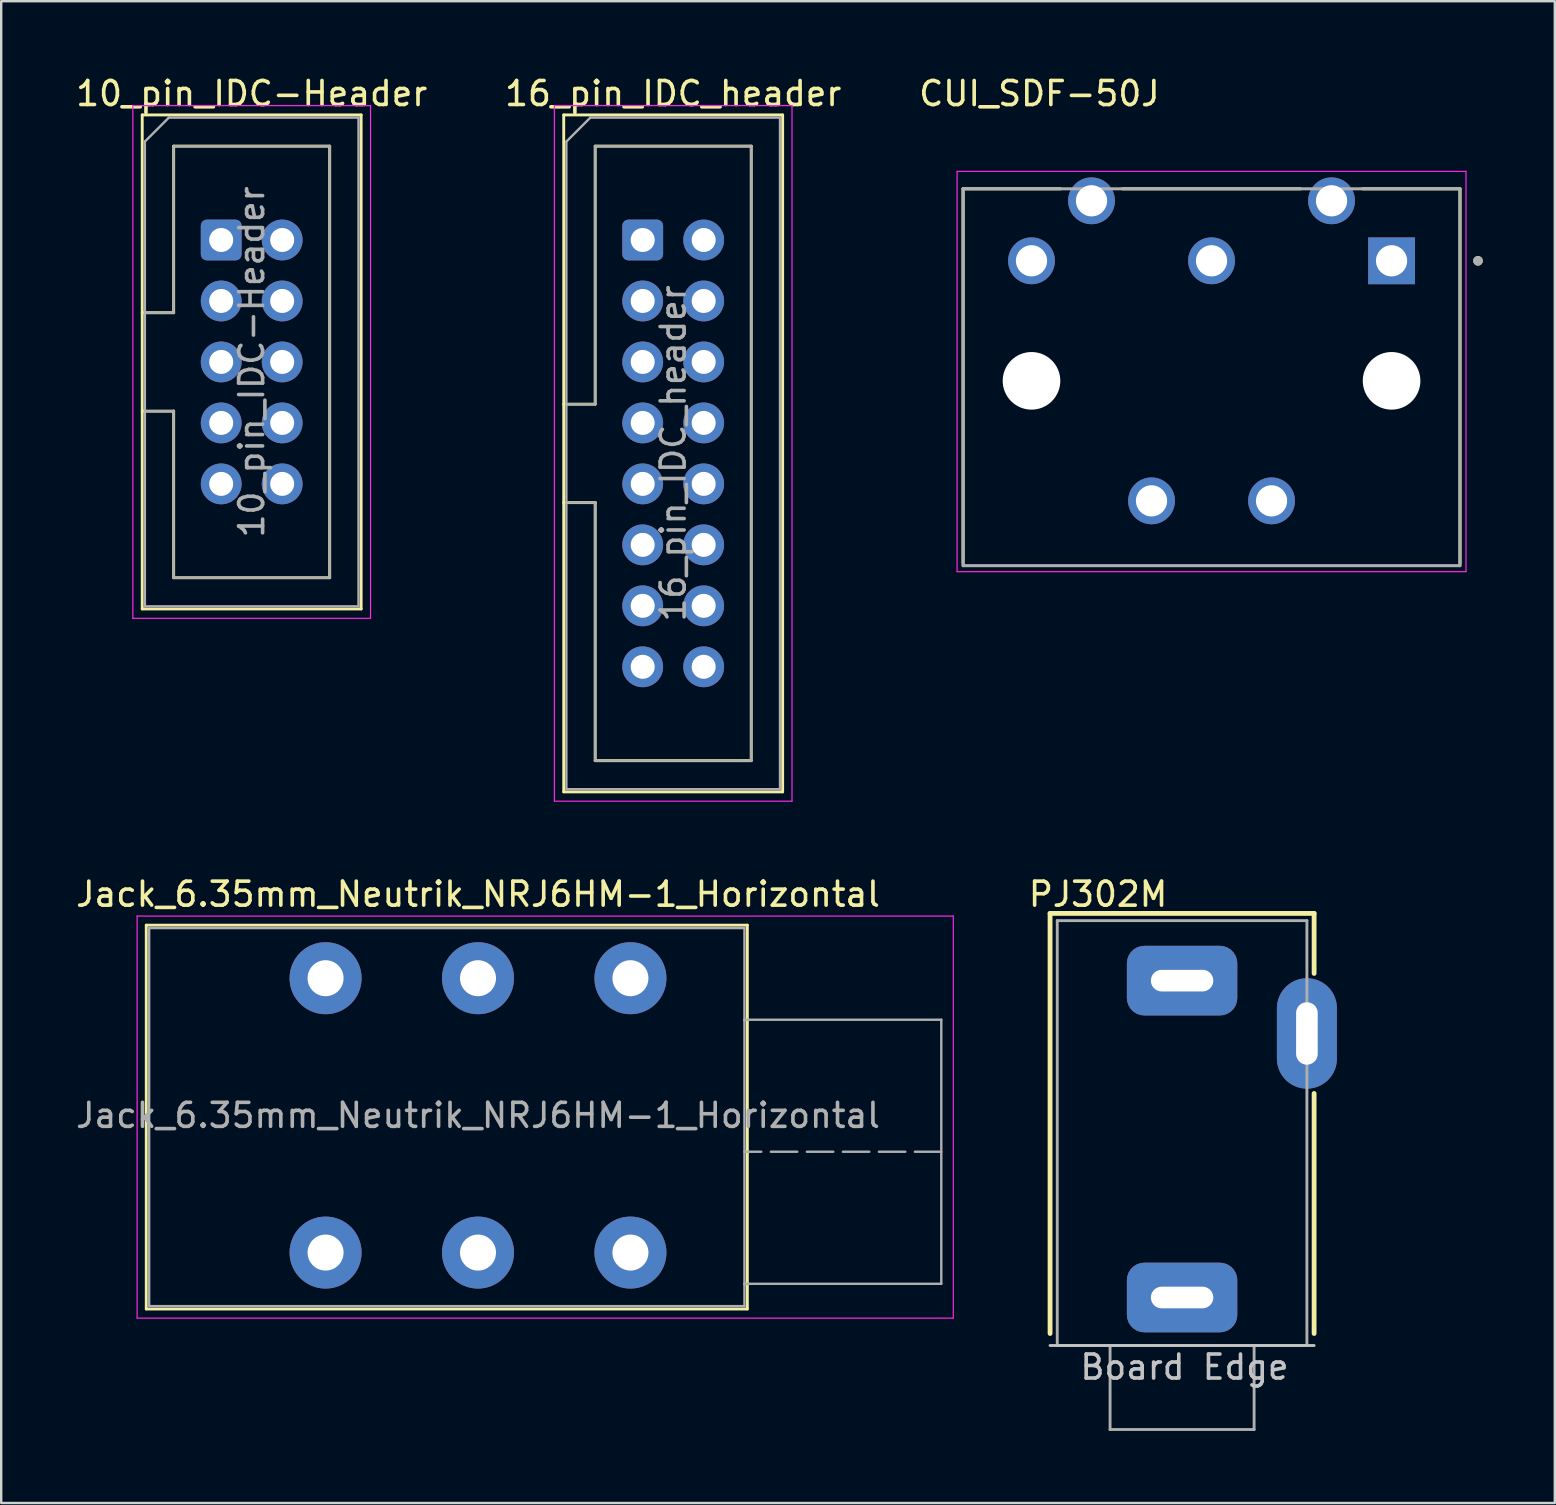
<source format=kicad_pcb>
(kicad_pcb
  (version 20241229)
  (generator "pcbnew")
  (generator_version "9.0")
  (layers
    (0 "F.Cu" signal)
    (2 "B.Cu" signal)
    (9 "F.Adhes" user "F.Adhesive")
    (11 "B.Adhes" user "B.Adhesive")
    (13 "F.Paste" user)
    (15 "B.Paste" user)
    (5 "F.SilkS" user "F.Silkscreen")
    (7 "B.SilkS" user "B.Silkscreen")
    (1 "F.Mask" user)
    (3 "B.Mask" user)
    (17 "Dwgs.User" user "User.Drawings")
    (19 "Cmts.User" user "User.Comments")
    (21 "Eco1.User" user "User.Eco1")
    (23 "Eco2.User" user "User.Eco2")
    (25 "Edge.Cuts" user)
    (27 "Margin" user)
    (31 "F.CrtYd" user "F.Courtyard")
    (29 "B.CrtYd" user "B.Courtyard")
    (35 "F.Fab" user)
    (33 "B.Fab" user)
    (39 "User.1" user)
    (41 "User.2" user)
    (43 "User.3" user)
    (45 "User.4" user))
  (footprint "16_pin_IDC_header"
    (layer "F.Cu")
    (at 23.724 6.948)
    (property "Reference" "16_pin_IDC_header" (at 1.27 -6.1 0) (layer "F.SilkS") (effects (font (size 1 1) (thickness 0.15))))
    (attr through_hole)
    (fp_line (start -3.29 -5.21) (end 5.83 -5.21) (stroke (width 0.12) (type solid)) (layer "F.SilkS"))
    (fp_line (start -3.29 6.84) (end -1.98 6.84) (stroke (width 0.12) (type solid)) (layer "F.SilkS"))
    (fp_line (start -3.29 22.99) (end -3.29 -5.21) (stroke (width 0.12) (type solid)) (layer "F.SilkS"))
    (fp_line (start -1.98 -3.91) (end 4.52 -3.91) (stroke (width 0.12) (type solid)) (layer "F.SilkS"))
    (fp_line (start -1.98 6.84) (end -1.98 -3.91) (stroke (width 0.12) (type solid)) (layer "F.SilkS"))
    (fp_line (start -1.98 10.94) (end -3.29 10.94) (stroke (width 0.12) (type solid)) (layer "F.SilkS"))
    (fp_line (start -1.98 10.94) (end -1.98 10.94) (stroke (width 0.12) (type solid)) (layer "F.SilkS"))
    (fp_line (start -1.98 21.69) (end -1.98 10.94) (stroke (width 0.12) (type solid)) (layer "F.SilkS"))
    (fp_line (start 4.52 -3.91) (end 4.52 21.69) (stroke (width 0.12) (type solid)) (layer "F.SilkS"))
    (fp_line (start 4.52 21.69) (end -1.98 21.69) (stroke (width 0.12) (type solid)) (layer "F.SilkS"))
    (fp_line (start 5.83 -5.21) (end 5.83 22.99) (stroke (width 0.12) (type solid)) (layer "F.SilkS"))
    (fp_line (start 5.83 22.99) (end -3.29 22.99) (stroke (width 0.12) (type solid)) (layer "F.SilkS"))
    (fp_line (start -3.68 -5.6) (end -3.68 23.38) (stroke (width 0.05) (type solid)) (layer "F.CrtYd"))
    (fp_line (start -3.68 23.38) (end 6.22 23.38) (stroke (width 0.05) (type solid)) (layer "F.CrtYd"))
    (fp_line (start 6.22 -5.6) (end -3.68 -5.6) (stroke (width 0.05) (type solid)) (layer "F.CrtYd"))
    (fp_line (start 6.22 23.38) (end 6.22 -5.6) (stroke (width 0.05) (type solid)) (layer "F.CrtYd"))
    (fp_line (start -3.18 -4.1) (end -2.18 -5.1) (stroke (width 0.1) (type solid)) (layer "F.Fab"))
    (fp_line (start -3.18 6.84) (end -1.98 6.84) (stroke (width 0.1) (type solid)) (layer "F.Fab"))
    (fp_line (start -3.18 22.88) (end -3.18 -4.1) (stroke (width 0.1) (type solid)) (layer "F.Fab"))
    (fp_line (start -2.18 -5.1) (end 5.72 -5.1) (stroke (width 0.1) (type solid)) (layer "F.Fab"))
    (fp_line (start -1.98 -3.91) (end 4.52 -3.91) (stroke (width 0.1) (type solid)) (layer "F.Fab"))
    (fp_line (start -1.98 6.84) (end -1.98 -3.91) (stroke (width 0.1) (type solid)) (layer "F.Fab"))
    (fp_line (start -1.98 10.94) (end -3.18 10.94) (stroke (width 0.1) (type solid)) (layer "F.Fab"))
    (fp_line (start -1.98 10.94) (end -1.98 10.94) (stroke (width 0.1) (type solid)) (layer "F.Fab"))
    (fp_line (start -1.98 21.69) (end -1.98 10.94) (stroke (width 0.1) (type solid)) (layer "F.Fab"))
    (fp_line (start 4.52 -3.91) (end 4.52 21.69) (stroke (width 0.1) (type solid)) (layer "F.Fab"))
    (fp_line (start 4.52 21.69) (end -1.98 21.69) (stroke (width 0.1) (type solid)) (layer "F.Fab"))
    (fp_line (start 5.72 -5.1) (end 5.72 22.88) (stroke (width 0.1) (type solid)) (layer "F.Fab"))
    (fp_line (start 5.72 22.88) (end -3.18 22.88) (stroke (width 0.1) (type solid)) (layer "F.Fab"))
    (fp_text user "${REFERENCE}" (at 1.27 8.89 90) (layer "F.Fab") (effects (font (size 1 1) (thickness 0.15))))
    (pad "1" thru_hole roundrect (at 0 0) (size 1.7 1.7) (drill 1) (layers "*.Cu" "*.Mask") (roundrect_rratio 0.147))
    (pad "2" thru_hole circle (at 2.54 0) (size 1.7 1.7) (drill 1) (layers "*.Cu" "*.Mask"))
    (pad "3" thru_hole circle (at 0 2.54) (size 1.7 1.7) (drill 1) (layers "*.Cu" "*.Mask"))
    (pad "4" thru_hole circle (at 2.54 2.54) (size 1.7 1.7) (drill 1) (layers "*.Cu" "*.Mask"))
    (pad "5" thru_hole circle (at 0 5.08) (size 1.7 1.7) (drill 1) (layers "*.Cu" "*.Mask"))
    (pad "6" thru_hole circle (at 2.54 5.08) (size 1.7 1.7) (drill 1) (layers "*.Cu" "*.Mask"))
    (pad "7" thru_hole circle (at 0 7.62) (size 1.7 1.7) (drill 1) (layers "*.Cu" "*.Mask"))
    (pad "8" thru_hole circle (at 2.54 7.62) (size 1.7 1.7) (drill 1) (layers "*.Cu" "*.Mask"))
    (pad "9" thru_hole circle (at 0 10.16) (size 1.7 1.7) (drill 1) (layers "*.Cu" "*.Mask"))
    (pad "10" thru_hole circle (at 2.54 10.16) (size 1.7 1.7) (drill 1) (layers "*.Cu" "*.Mask"))
    (pad "11" thru_hole circle (at 0 12.7) (size 1.7 1.7) (drill 1) (layers "*.Cu" "*.Mask"))
    (pad "12" thru_hole circle (at 2.54 12.7) (size 1.7 1.7) (drill 1) (layers "*.Cu" "*.Mask"))
    (pad "13" thru_hole circle (at 0 15.24) (size 1.7 1.7) (drill 1) (layers "*.Cu" "*.Mask"))
    (pad "14" thru_hole circle (at 2.54 15.24) (size 1.7 1.7) (drill 1) (layers "*.Cu" "*.Mask"))
    (pad "15" thru_hole circle (at 0 17.78) (size 1.7 1.7) (drill 1) (layers "*.Cu" "*.Mask"))
    (pad "16" thru_hole circle (at 2.54 17.78) (size 1.7 1.7) (drill 1) (layers "*.Cu" "*.Mask")))
  (footprint "CUI_SDF-50J"
    (layer "F.Cu")
    (at 47.421 12.815)
    (property "Reference" "CUI_SDF-50J" (at -7.171 -11.966 0) (layer "F.SilkS") (effects (font (size 1.001 1.001) (thickness 0.15))))
    (attr through_hole)
    (fp_line (start -10.35 -8) (end -6.295 -8) (stroke (width 0.127) (type solid)) (layer "F.SilkS"))
    (fp_line (start -10.35 7.62) (end -10.35 -8) (stroke (width 0.127) (type solid)) (layer "F.SilkS"))
    (fp_line (start -3.705 -8) (end 3.705 -8) (stroke (width 0.127) (type solid)) (layer "F.SilkS"))
    (fp_line (start 6.295 -8) (end 10.35 -8) (stroke (width 0.127) (type solid)) (layer "F.SilkS"))
    (fp_line (start 10.35 -8) (end 10.35 7.62) (stroke (width 0.127) (type solid)) (layer "F.SilkS"))
    (fp_circle (center 11.1 -5) (end 11.2 -5) (stroke (width 0.2) (type solid)) (fill no) (layer "F.SilkS"))
    (fp_line (start -10.6 -8.725) (end -10.6 7.95) (stroke (width 0.05) (type solid)) (layer "F.CrtYd"))
    (fp_line (start -10.6 7.95) (end 10.6 7.95) (stroke (width 0.05) (type solid)) (layer "F.CrtYd"))
    (fp_line (start 10.6 -8.725) (end -10.6 -8.725) (stroke (width 0.05) (type solid)) (layer "F.CrtYd"))
    (fp_line (start 10.6 7.95) (end 10.6 -8.725) (stroke (width 0.05) (type solid)) (layer "F.CrtYd"))
    (fp_line (start -10.35 -8) (end 10.35 -8) (stroke (width 0.127) (type solid)) (layer "F.Fab"))
    (fp_line (start -10.35 7.7) (end -10.35 -8) (stroke (width 0.127) (type solid)) (layer "F.Fab"))
    (fp_line (start 10.35 -8) (end 10.35 7.7) (stroke (width 0.127) (type solid)) (layer "F.Fab"))
    (fp_line (start 10.35 7.7) (end -10.35 7.7) (stroke (width 0.127) (type solid)) (layer "F.Fab"))
    (fp_circle (center 11.1 -5) (end 11.2 -5) (stroke (width 0.2) (type solid)) (fill no) (layer "F.Fab"))
    (pad "" np_thru_hole circle (at -7.5 0) (size 2.4 2.4) (drill 2.4) (layers "*.Cu" "*.Mask"))
    (pad "" np_thru_hole circle (at 7.5 0) (size 2.4 2.4) (drill 2.4) (layers "*.Cu" "*.Mask"))
    (pad "1" thru_hole rect (at 7.5 -5) (size 1.95 1.95) (drill 1.3) (layers "*.Cu" "*.Mask"))
    (pad "2" thru_hole circle (at 0 -5) (size 1.95 1.95) (drill 1.3) (layers "*.Cu" "*.Mask"))
    (pad "3" thru_hole circle (at -7.5 -5) (size 1.95 1.95) (drill 1.3) (layers "*.Cu" "*.Mask"))
    (pad "4" thru_hole circle (at 5 -7.5) (size 1.95 1.95) (drill 1.3) (layers "*.Cu" "*.Mask"))
    (pad "5" thru_hole circle (at -5 -7.5) (size 1.95 1.95) (drill 1.3) (layers "*.Cu" "*.Mask"))
    (pad "S1" thru_hole circle (at 2.5 5) (size 1.95 1.95) (drill 1.3) (layers "*.Cu" "*.Mask"))
    (pad "S2" thru_hole circle (at -2.5 5) (size 1.95 1.95) (drill 1.3) (layers "*.Cu" "*.Mask")))
  (footprint "PJ302M"
    (layer "F.Cu")
    (at 46.194 53.002)
    (property "Reference" "PJ302M" (at -3.5 -18.8 0) (layer "F.SilkS") (effects (font (size 1 1) (thickness 0.15))))
    (attr through_hole)
    (fp_line (start -5.5 -18) (end -5.5 -0.5) (stroke (width 0.2) (type solid)) (layer "F.SilkS"))
    (fp_line (start 5.5 -18) (end -5.5 -18) (stroke (width 0.2) (type solid)) (layer "F.SilkS"))
    (fp_line (start 5.5 -15.5) (end 5.5 -18) (stroke (width 0.2) (type solid)) (layer "F.SilkS"))
    (fp_line (start 5.5 -0.5) (end 5.5 -10.5) (stroke (width 0.2) (type solid)) (layer "F.SilkS"))
    (fp_line (start -5.5 0) (end 5.5 0) (stroke (width 0.12) (type solid)) (layer "Dwgs.User"))
    (fp_line (start -5.2 -17.7) (end -5.2 0) (stroke (width 0.12) (type solid)) (layer "F.Fab"))
    (fp_line (start -5.2 0) (end 5.2 0) (stroke (width 0.12) (type solid)) (layer "F.Fab"))
    (fp_line (start -3 0) (end -3 3.5) (stroke (width 0.12) (type solid)) (layer "F.Fab"))
    (fp_line (start -3 3.5) (end 3 3.5) (stroke (width 0.12) (type solid)) (layer "F.Fab"))
    (fp_line (start 3 3.5) (end 3 0) (stroke (width 0.12) (type solid)) (layer "F.Fab"))
    (fp_line (start 5.2 -17.7) (end -5.2 -17.7) (stroke (width 0.12) (type solid)) (layer "F.Fab"))
    (fp_line (start 5.2 0) (end 5.2 -17.7) (stroke (width 0.12) (type solid)) (layer "F.Fab"))
    (fp_text user "Board Edge" (at 0.1 0.9 0) (layer "Dwgs.User") (effects (font (size 1 1) (thickness 0.15))))
    (pad "S" thru_hole roundrect (at 0 -2) (size 4.6 2.9) (drill oval 2.6 0.9) (layers "*.Cu" "*.Mask") (roundrect_rratio 0.25))
    (pad "T" thru_hole roundrect (at 0 -15.2) (size 4.6 2.9) (drill oval 2.6 0.9) (layers "*.Cu" "*.Mask") (roundrect_rratio 0.25))
    (pad "TN" thru_hole oval (at 5.2 -13 90) (size 4.6 2.5) (drill oval 2.6 0.9) (layers "*.Cu" "*.Mask")))
  (footprint "Jack_6.35mm_Neutrik_NRJ6HM-1_Horizontal"
    (layer "F.Cu")
    (at 27.963 44.931)
    (property "Reference" "Jack_6.35mm_Neutrik_NRJ6HM-1_Horizontal" (at -11.1 -10.73 0) (layer "F.SilkS") (effects (font (size 1 1) (thickness 0.15))))
    (attr through_hole)
    (fp_line (start -24.92 -9.44) (end 0.12 -9.44) (stroke (width 0.12) (type solid)) (layer "F.SilkS"))
    (fp_line (start -24.92 6.55) (end -24.92 -9.44) (stroke (width 0.12) (type solid)) (layer "F.SilkS"))
    (fp_line (start -24.92 6.55) (end 0.12 6.55) (stroke (width 0.12) (type solid)) (layer "F.SilkS"))
    (fp_line (start 0.12 -9.44) (end 0.12 6.55) (stroke (width 0.12) (type solid)) (layer "F.SilkS"))
    (fp_line (start -25.3 6.93) (end -25.3 -9.82) (stroke (width 0.05) (type solid)) (layer "F.CrtYd"))
    (fp_line (start -25.3 6.93) (end 8.7 6.93) (stroke (width 0.05) (type solid)) (layer "F.CrtYd"))
    (fp_line (start 8.7 -9.82) (end -25.3 -9.82) (stroke (width 0.05) (type solid)) (layer "F.CrtYd"))
    (fp_line (start 8.7 6.93) (end 8.7 -9.82) (stroke (width 0.05) (type solid)) (layer "F.CrtYd"))
    (fp_line (start -24.8 -9.32) (end 0 -9.32) (stroke (width 0.1) (type solid)) (layer "F.Fab"))
    (fp_line (start -24.8 6.43) (end -24.8 -9.32) (stroke (width 0.1) (type solid)) (layer "F.Fab"))
    (fp_line (start 0 -5.5) (end 0 -9.32) (stroke (width 0.1) (type default)) (layer "F.Fab"))
    (fp_line (start 0 -5.5) (end 0 5.5) (stroke (width 0.1) (type default)) (layer "F.Fab"))
    (fp_line (start 0 5.5) (end 0 6.43) (stroke (width 0.1) (type default)) (layer "F.Fab"))
    (fp_line (start 0 5.5) (end 8.2 5.5) (stroke (width 0.1) (type solid)) (layer "F.Fab"))
    (fp_line (start 0 6.43) (end -24.8 6.43) (stroke (width 0.1) (type solid)) (layer "F.Fab"))
    (fp_line (start 8.2 -5.5) (end 0 -5.5) (stroke (width 0.1) (type solid)) (layer "F.Fab"))
    (fp_line (start 8.2 0) (end 0 0) (stroke (width 0.1) (type dash)) (layer "F.Fab"))
    (fp_line (start 8.2 5.5) (end 8.2 -5.5) (stroke (width 0.1) (type solid)) (layer "F.Fab"))
    (fp_text user "${REFERENCE}" (at -11.1 -1.515 0) (layer "F.Fab") (effects (font (size 1 1) (thickness 0.15))))
    (pad "R" thru_hole circle (at -11.1 -7.23) (size 3 3) (drill 1.5) (layers "*.Cu" "*.Mask"))
    (pad "RN" thru_hole circle (at -11.1 4.2) (size 3 3) (drill 1.5) (layers "*.Cu" "*.Mask"))
    (pad "S" thru_hole circle (at -4.75 -7.23) (size 3 3) (drill 1.5) (layers "*.Cu" "*.Mask"))
    (pad "SN" thru_hole circle (at -4.75 4.2) (size 3 3) (drill 1.5) (layers "*.Cu" "*.Mask"))
    (pad "T" thru_hole circle (at -17.45 -7.23) (size 3 3) (drill 1.5) (layers "*.Cu" "*.Mask"))
    (pad "TN" thru_hole circle (at -17.45 4.2) (size 3 3) (drill 1.5) (layers "*.Cu" "*.Mask")))
  (footprint "10_pin_IDC-Header"
    (layer "F.Cu")
    (at 6.165 6.948)
    (property "Reference" "10_pin_IDC-Header" (at 1.27 -6.1 0) (layer "F.SilkS") (effects (font (size 1 1) (thickness 0.15))))
    (attr through_hole)
    (fp_line (start -3.29 -5.21) (end 5.83 -5.21) (stroke (width 0.12) (type solid)) (layer "F.SilkS"))
    (fp_line (start -3.29 3.03) (end -1.98 3.03) (stroke (width 0.12) (type solid)) (layer "F.SilkS"))
    (fp_line (start -3.29 15.37) (end -3.29 -5.21) (stroke (width 0.12) (type solid)) (layer "F.SilkS"))
    (fp_line (start -1.98 -3.91) (end 4.52 -3.91) (stroke (width 0.12) (type solid)) (layer "F.SilkS"))
    (fp_line (start -1.98 3.03) (end -1.98 -3.91) (stroke (width 0.12) (type solid)) (layer "F.SilkS"))
    (fp_line (start -1.98 7.13) (end -3.29 7.13) (stroke (width 0.12) (type solid)) (layer "F.SilkS"))
    (fp_line (start -1.98 7.13) (end -1.98 7.13) (stroke (width 0.12) (type solid)) (layer "F.SilkS"))
    (fp_line (start -1.98 14.07) (end -1.98 7.13) (stroke (width 0.12) (type solid)) (layer "F.SilkS"))
    (fp_line (start 4.52 -3.91) (end 4.52 14.07) (stroke (width 0.12) (type solid)) (layer "F.SilkS"))
    (fp_line (start 4.52 14.07) (end -1.98 14.07) (stroke (width 0.12) (type solid)) (layer "F.SilkS"))
    (fp_line (start 5.83 -5.21) (end 5.83 15.37) (stroke (width 0.12) (type solid)) (layer "F.SilkS"))
    (fp_line (start 5.83 15.37) (end -3.29 15.37) (stroke (width 0.12) (type solid)) (layer "F.SilkS"))
    (fp_line (start -3.68 -5.6) (end -3.68 15.76) (stroke (width 0.05) (type solid)) (layer "F.CrtYd"))
    (fp_line (start -3.68 15.76) (end 6.22 15.76) (stroke (width 0.05) (type solid)) (layer "F.CrtYd"))
    (fp_line (start 6.22 -5.6) (end -3.68 -5.6) (stroke (width 0.05) (type solid)) (layer "F.CrtYd"))
    (fp_line (start 6.22 15.76) (end 6.22 -5.6) (stroke (width 0.05) (type solid)) (layer "F.CrtYd"))
    (fp_line (start -3.18 -4.1) (end -2.18 -5.1) (stroke (width 0.1) (type solid)) (layer "F.Fab"))
    (fp_line (start -3.18 3.03) (end -1.98 3.03) (stroke (width 0.1) (type solid)) (layer "F.Fab"))
    (fp_line (start -3.18 15.26) (end -3.18 -4.1) (stroke (width 0.1) (type solid)) (layer "F.Fab"))
    (fp_line (start -2.18 -5.1) (end 5.72 -5.1) (stroke (width 0.1) (type solid)) (layer "F.Fab"))
    (fp_line (start -1.98 -3.91) (end 4.52 -3.91) (stroke (width 0.1) (type solid)) (layer "F.Fab"))
    (fp_line (start -1.98 3.03) (end -1.98 -3.91) (stroke (width 0.1) (type solid)) (layer "F.Fab"))
    (fp_line (start -1.98 7.13) (end -3.18 7.13) (stroke (width 0.1) (type solid)) (layer "F.Fab"))
    (fp_line (start -1.98 7.13) (end -1.98 7.13) (stroke (width 0.1) (type solid)) (layer "F.Fab"))
    (fp_line (start -1.98 14.07) (end -1.98 7.13) (stroke (width 0.1) (type solid)) (layer "F.Fab"))
    (fp_line (start 4.52 -3.91) (end 4.52 14.07) (stroke (width 0.1) (type solid)) (layer "F.Fab"))
    (fp_line (start 4.52 14.07) (end -1.98 14.07) (stroke (width 0.1) (type solid)) (layer "F.Fab"))
    (fp_line (start 5.72 -5.1) (end 5.72 15.26) (stroke (width 0.1) (type solid)) (layer "F.Fab"))
    (fp_line (start 5.72 15.26) (end -3.18 15.26) (stroke (width 0.1) (type solid)) (layer "F.Fab"))
    (fp_text user "${REFERENCE}" (at 1.27 5.08 90) (layer "F.Fab") (effects (font (size 1 1) (thickness 0.15))))
    (pad "1" thru_hole roundrect (at 0 0) (size 1.7 1.7) (drill 1) (layers "*.Cu" "*.Mask") (roundrect_rratio 0.147))
    (pad "2" thru_hole circle (at 2.54 0) (size 1.7 1.7) (drill 1) (layers "*.Cu" "*.Mask"))
    (pad "3" thru_hole circle (at 0 2.54) (size 1.7 1.7) (drill 1) (layers "*.Cu" "*.Mask"))
    (pad "4" thru_hole circle (at 2.54 2.54) (size 1.7 1.7) (drill 1) (layers "*.Cu" "*.Mask"))
    (pad "5" thru_hole circle (at 0 5.08) (size 1.7 1.7) (drill 1) (layers "*.Cu" "*.Mask"))
    (pad "6" thru_hole circle (at 2.54 5.08) (size 1.7 1.7) (drill 1) (layers "*.Cu" "*.Mask"))
    (pad "7" thru_hole circle (at 0 7.62) (size 1.7 1.7) (drill 1) (layers "*.Cu" "*.Mask"))
    (pad "8" thru_hole circle (at 2.54 7.62) (size 1.7 1.7) (drill 1) (layers "*.Cu" "*.Mask"))
    (pad "9" thru_hole circle (at 0 10.16) (size 1.7 1.7) (drill 1) (layers "*.Cu" "*.Mask"))
    (pad "10" thru_hole circle (at 2.54 10.16) (size 1.7 1.7) (drill 1) (layers "*.Cu" "*.Mask")))
  (gr_rect
    (start -3 -3)
    (end 61.721 59.562)
    (stroke (width 0.1) (type default))
    (fill no)
    (layer "Edge.Cuts")))
</source>
